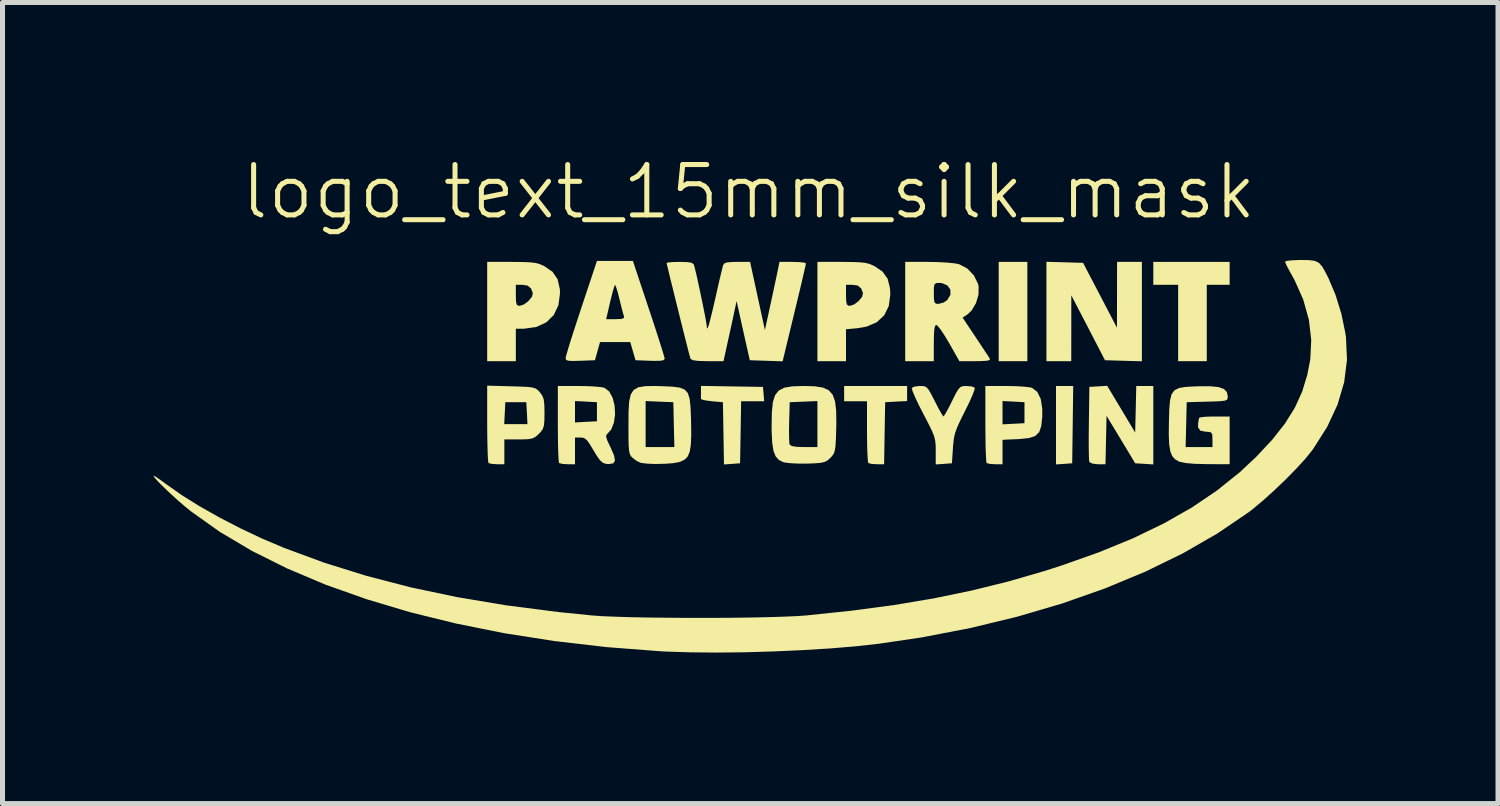
<source format=kicad_pcb>
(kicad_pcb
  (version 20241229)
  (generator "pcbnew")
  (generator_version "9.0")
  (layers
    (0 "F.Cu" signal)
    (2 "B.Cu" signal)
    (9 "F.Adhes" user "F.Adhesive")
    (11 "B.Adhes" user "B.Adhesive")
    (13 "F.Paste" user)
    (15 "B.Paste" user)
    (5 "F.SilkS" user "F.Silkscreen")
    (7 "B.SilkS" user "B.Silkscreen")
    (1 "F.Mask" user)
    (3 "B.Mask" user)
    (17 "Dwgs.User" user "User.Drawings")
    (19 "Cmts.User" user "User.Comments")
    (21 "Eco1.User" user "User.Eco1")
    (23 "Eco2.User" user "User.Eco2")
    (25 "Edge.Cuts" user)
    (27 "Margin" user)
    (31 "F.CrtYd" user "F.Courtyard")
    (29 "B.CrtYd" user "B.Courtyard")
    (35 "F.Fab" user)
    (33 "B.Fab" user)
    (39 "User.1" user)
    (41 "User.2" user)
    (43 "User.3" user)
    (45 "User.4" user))
  (footprint "logo_text_15mm_silk_mask"
    (layer "F.Cu")
    (at 11.821 5.261)
    (property "Reference" "logo_text_15mm_silk_mask" (at 0 -4.5 0) (unlocked yes) (layer "F.SilkS") (effects (font (size 1 1) (thickness 0.1))))
    (attr smd)
    (fp_poly (pts (xy -10.307 -2.031) (xy -10.265 -1.947) (xy -10.219 -1.834) (xy -10.16 -1.692) (xy -10.095 -1.563) (xy -10.05 -1.493) (xy -9.964 -1.384) (xy -10.09 -1.334) (xy -10.189 -1.284) (xy -10.258 -1.23) (xy -10.261 -1.226) (xy -10.298 -1.195) (xy -10.335 -1.218) (xy -10.371 -1.268) (xy -10.418 -1.377) (xy -10.445 -1.519) (xy -10.454 -1.674) (xy -10.445 -1.825) (xy -10.419 -1.952) (xy -10.377 -2.037) (xy -10.336 -2.062)) (stroke (width 0) (type solid)) (fill yes) (layer "F.Mask"))
    (fp_poly (pts (xy -7.267 -3.269) (xy -7.162 -3.216) (xy -7.11 -3.179) (xy -7.022 -3.096) (xy -6.93 -2.989) (xy -6.85 -2.878) (xy -6.798 -2.785) (xy -6.786 -2.743) (xy -6.815 -2.696) (xy -6.835 -2.692) (xy -6.898 -2.675) (xy -6.994 -2.635) (xy -7.024 -2.62) (xy -7.163 -2.549) (xy -7.188 -2.687) (xy -7.219 -2.796) (xy -7.274 -2.936) (xy -7.324 -3.046) (xy -7.378 -3.162) (xy -7.411 -3.249) (xy -7.416 -3.288) (xy -7.36 -3.296)) (stroke (width 0) (type solid)) (fill yes) (layer "F.Mask"))
    (fp_poly (pts (xy -9.916 -3.91) (xy -9.874 -3.826) (xy -9.859 -3.782) (xy -9.81 -3.646) (xy -9.743 -3.498) (xy -9.719 -3.451) (xy -9.666 -3.349) (xy -9.648 -3.292) (xy -9.664 -3.255) (xy -9.691 -3.233) (xy -9.761 -3.193) (xy -9.795 -3.184) (xy -9.849 -3.161) (xy -9.898 -3.124) (xy -9.951 -3.087) (xy -9.986 -3.109) (xy -10.009 -3.149) (xy -10.049 -3.262) (xy -10.071 -3.405) (xy -10.075 -3.561) (xy -10.063 -3.71) (xy -10.037 -3.835) (xy -9.997 -3.918) (xy -9.955 -3.943)) (stroke (width 0) (type solid)) (fill yes) (layer "F.Mask"))
    (fp_poly (pts (xy -8.882 -4.302) (xy -8.743 -4.232) (xy -8.633 -4.141) (xy -8.529 -4.009) (xy -8.486 -3.945) (xy -8.414 -3.826) (xy -8.384 -3.756) (xy -8.395 -3.723) (xy -8.444 -3.715) (xy -8.445 -3.715) (xy -8.524 -3.698) (xy -8.619 -3.658) (xy -8.7 -3.617) (xy -8.737 -3.605) (xy -8.759 -3.616) (xy -8.77 -3.627) (xy -8.79 -3.681) (xy -8.795 -3.737) (xy -8.812 -3.814) (xy -8.857 -3.93) (xy -8.909 -4.037) (xy -8.985 -4.189) (xy -9.019 -4.284) (xy -9.012 -4.328) (xy -8.963 -4.33)) (stroke (width 0) (type solid)) (fill yes) (layer "F.Mask"))
    (fp_poly (pts (xy -6.713 -2.511) (xy -6.585 -2.448) (xy -6.457 -2.365) (xy -6.266 -2.203) (xy -6.111 -2.01) (xy -5.995 -1.795) (xy -5.919 -1.572) (xy -5.885 -1.35) (xy -5.895 -1.142) (xy -5.951 -0.957) (xy -6.056 -0.808) (xy -6.175 -0.723) (xy -6.307 -0.666) (xy -6.417 -0.652) (xy -6.546 -0.676) (xy -6.572 -0.683) (xy -6.738 -0.772) (xy -6.868 -0.926) (xy -6.889 -0.964) (xy -6.939 -1.076) (xy -7 -1.236) (xy -7.064 -1.418) (xy -7.123 -1.598) (xy -7.167 -1.75) (xy -7.184 -1.823) (xy -7.185 -2.021) (xy -7.126 -2.22) (xy -7.014 -2.394) (xy -6.991 -2.419) (xy -6.9 -2.495) (xy -6.813 -2.526)) (stroke (width 0) (type solid)) (fill yes) (layer "F.Mask"))
    (fp_poly (pts (xy -8.157 -3.452) (xy -7.982 -3.351) (xy -7.808 -3.206) (xy -7.645 -3.021) (xy -7.498 -2.804) (xy -7.376 -2.561) (xy -7.301 -2.353) (xy -7.251 -2.085) (xy -7.261 -1.842) (xy -7.33 -1.634) (xy -7.455 -1.466) (xy -7.634 -1.347) (xy -7.647 -1.341) (xy -7.766 -1.299) (xy -7.853 -1.297) (xy -7.942 -1.333) (xy -7.942 -1.333) (xy -8.102 -1.453) (xy -8.256 -1.628) (xy -8.385 -1.835) (xy -8.385 -1.836) (xy -8.472 -2.035) (xy -8.547 -2.26) (xy -8.607 -2.497) (xy -8.651 -2.734) (xy -8.678 -2.957) (xy -8.684 -3.152) (xy -8.668 -3.306) (xy -8.628 -3.406) (xy -8.615 -3.421) (xy -8.481 -3.493) (xy -8.326 -3.501)) (stroke (width 0) (type solid)) (fill yes) (layer "F.Mask"))
    (fp_poly (pts (xy -9.457 -3.007) (xy -9.329 -2.916) (xy -9.179 -2.762) (xy -9.062 -2.622) (xy -8.951 -2.468) (xy -8.833 -2.28) (xy -8.733 -2.097) (xy -8.721 -2.073) (xy -8.589 -1.763) (xy -8.514 -1.502) (xy -8.497 -1.285) (xy -8.536 -1.112) (xy -8.634 -0.979) (xy -8.785 -0.886) (xy -8.959 -0.839) (xy -9.13 -0.855) (xy -9.278 -0.913) (xy -9.451 -1.028) (xy -9.605 -1.193) (xy -9.748 -1.42) (xy -9.811 -1.547) (xy -9.877 -1.694) (xy -9.919 -1.818) (xy -9.944 -1.95) (xy -9.958 -2.117) (xy -9.962 -2.197) (xy -9.967 -2.438) (xy -9.95 -2.62) (xy -9.91 -2.76) (xy -9.842 -2.872) (xy -9.782 -2.937) (xy -9.677 -3.014) (xy -9.571 -3.039)) (stroke (width 0) (type solid)) (fill yes) (layer "F.Mask"))
    (fp_poly (pts (xy -9.848 -1.165) (xy -9.742 -1.131) (xy -9.621 -1.061) (xy -9.53 -0.995) (xy -9.453 -0.924) (xy -9.382 -0.835) (xy -9.307 -0.714) (xy -9.217 -0.547) (xy -9.14 -0.395) (xy -9.036 -0.169) (xy -8.978 0.01) (xy -8.962 0.157) (xy -8.986 0.283) (xy -9.011 0.34) (xy -9.132 0.501) (xy -9.291 0.601) (xy -9.473 0.637) (xy -9.665 0.605) (xy -9.748 0.568) (xy -9.921 0.442) (xy -10.078 0.251) (xy -10.188 0.061) (xy -10.241 -0.059) (xy -10.275 -0.182) (xy -10.294 -0.336) (xy -10.302 -0.474) (xy -10.307 -0.647) (xy -10.302 -0.769) (xy -10.282 -0.862) (xy -10.246 -0.952) (xy -10.229 -0.986) (xy -10.171 -1.088) (xy -10.117 -1.14) (xy -10.039 -1.162) (xy -9.97 -1.167)) (stroke (width 0) (type solid)) (fill yes) (layer "F.Mask"))
    (fp_poly (pts (xy -7.767 -0.887) (xy -7.553 -0.8) (xy -7.514 -0.781) (xy -7.371 -0.719) (xy -7.181 -0.649) (xy -6.971 -0.581) (xy -6.805 -0.534) (xy -6.515 -0.45) (xy -6.288 -0.361) (xy -6.112 -0.262) (xy -5.971 -0.145) (xy -5.903 -0.068) (xy -5.804 0.108) (xy -5.771 0.298) (xy -5.8 0.484) (xy -5.889 0.65) (xy -6.034 0.782) (xy -6.079 0.808) (xy -6.214 0.856) (xy -6.406 0.895) (xy -6.569 0.915) (xy -6.901 0.959) (xy -7.179 1.032) (xy -7.424 1.14) (xy -7.655 1.293) (xy -7.858 1.466) (xy -8.015 1.594) (xy -8.181 1.696) (xy -8.335 1.762) (xy -8.437 1.781) (xy -8.515 1.765) (xy -8.626 1.722) (xy -8.681 1.696) (xy -8.827 1.608) (xy -8.922 1.51) (xy -8.977 1.384) (xy -9.001 1.212) (xy -9.004 1.085) (xy -9.004 0.773) (xy -8.765 0.358) (xy -8.657 0.161) (xy -8.552 -0.051) (xy -8.463 -0.25) (xy -8.412 -0.379) (xy -8.313 -0.618) (xy -8.208 -0.785) (xy -8.087 -0.883) (xy -7.942 -0.915)) (stroke (width 0) (type solid)) (fill yes) (layer "F.Mask"))
    (fp_poly (pts (xy 5.535 -2.123) (xy 5.535 -1.137) (xy 5.251 -1.137) (xy 4.966 -1.137) (xy 4.966 -2.123) (xy 4.966 -3.109) (xy 5.251 -3.109) (xy 5.535 -3.109)) (stroke (width 0) (type solid)) (fill yes) (layer "F.SilkS"))
    (fp_poly (pts (xy 6.436 0.123) (xy 6.426 0.891) (xy 6.265 0.903) (xy 6.104 0.914) (xy 6.104 0.135) (xy 6.104 -0.644) (xy 6.275 -0.644) (xy 6.446 -0.644)) (stroke (width 0) (type solid)) (fill yes) (layer "F.SilkS"))
    (fp_poly (pts (xy 9.553 -2.881) (xy 9.553 -2.654) (xy 9.326 -2.654) (xy 9.099 -2.654) (xy 9.099 -1.896) (xy 9.099 -1.137) (xy 8.814 -1.137) (xy 8.53 -1.137) (xy 8.53 -1.896) (xy 8.53 -2.654) (xy 8.283 -2.654) (xy 8.037 -2.654) (xy 8.037 -2.881) (xy 8.037 -3.109) (xy 8.795 -3.109) (xy 9.553 -3.109)) (stroke (width 0) (type solid)) (fill yes) (layer "F.SilkS"))
    (fp_poly (pts (xy -0.332 -0.636) (xy 0.284 -0.626) (xy 0.296 -0.483) (xy 0.308 -0.341) (xy 0.079 -0.341) (xy -0.15 -0.341) (xy -0.16 0.275) (xy -0.171 0.891) (xy -0.331 0.903) (xy -0.491 0.914) (xy -0.501 0.296) (xy -0.512 -0.322) (xy -0.73 -0.341) (xy -0.848 -0.356) (xy -0.927 -0.374) (xy -0.948 -0.389) (xy -0.948 -0.444) (xy -0.948 -0.532) (xy -0.948 -0.646)) (stroke (width 0) (type solid)) (fill yes) (layer "F.SilkS"))
    (fp_poly (pts (xy 6.278 -3.101) (xy 6.642 -3.09) (xy 6.979 -2.445) (xy 7.315 -1.801) (xy 7.316 -2.455) (xy 7.317 -3.109) (xy 7.563 -3.109) (xy 7.81 -3.109) (xy 7.81 -2.122) (xy 7.81 -1.135) (xy 7.443 -1.145) (xy 7.077 -1.156) (xy 6.743 -1.801) (xy 6.408 -2.445) (xy 6.408 -1.791) (xy 6.407 -1.137) (xy 6.16 -1.137) (xy 5.914 -1.137) (xy 5.914 -2.124) (xy 5.914 -3.111)) (stroke (width 0) (type solid)) (fill yes) (layer "F.SilkS"))
    (fp_poly (pts (xy 3.147 -0.495) (xy 3.147 -0.345) (xy 2.929 -0.334) (xy 2.711 -0.322) (xy 2.7 0.294) (xy 2.69 0.91) (xy 2.545 0.91) (xy 2.446 0.904) (xy 2.382 0.889) (xy 2.376 0.885) (xy 2.367 0.84) (xy 2.36 0.733) (xy 2.354 0.577) (xy 2.351 0.386) (xy 2.35 0.259) (xy 2.35 -0.341) (xy 2.123 -0.341) (xy 1.896 -0.341) (xy 1.896 -0.493) (xy 1.896 -0.644) (xy 2.521 -0.644) (xy 3.147 -0.644)) (stroke (width 0) (type solid)) (fill yes) (layer "F.SilkS"))
    (fp_poly (pts (xy 7.399 -0.184) (xy 7.677 0.281) (xy 7.688 -0.182) (xy 7.698 -0.644) (xy 7.868 -0.644) (xy 8.037 -0.644) (xy 8.037 0.135) (xy 8.037 0.914) (xy 7.857 0.902) (xy 7.677 0.891) (xy 7.393 0.42) (xy 7.108 -0.051) (xy 7.098 0.429) (xy 7.087 0.91) (xy 6.935 0.91) (xy 6.829 0.898) (xy 6.769 0.869) (xy 6.765 0.861) (xy 6.76 0.81) (xy 6.756 0.695) (xy 6.754 0.53) (xy 6.754 0.327) (xy 6.757 0.099) (xy 6.757 0.094) (xy 6.767 -0.626) (xy 6.944 -0.637) (xy 7.121 -0.648)) (stroke (width 0) (type solid)) (fill yes) (layer "F.SilkS"))
    (fp_poly (pts (xy 5.296 -0.641) (xy 5.456 -0.632) (xy 5.577 -0.619) (xy 5.629 -0.607) (xy 5.732 -0.528) (xy 5.801 -0.387) (xy 5.832 -0.189) (xy 5.831 -0.03) (xy 5.812 0.149) (xy 5.771 0.271) (xy 5.694 0.347) (xy 5.569 0.39) (xy 5.384 0.409) (xy 5.345 0.411) (xy 5.042 0.425) (xy 5.042 0.667) (xy 5.042 0.91) (xy 4.897 0.91) (xy 4.797 0.904) (xy 4.732 0.889) (xy 4.726 0.885) (xy 4.718 0.841) (xy 4.712 0.733) (xy 4.706 0.573) (xy 4.703 0.373) (xy 4.701 0.145) (xy 4.701 0.107) (xy 4.701 -0.114) (xy 5.042 -0.114) (xy 5.042 0.118) (xy 5.26 0.106) (xy 5.478 0.095) (xy 5.478 -0.114) (xy 5.478 -0.322) (xy 5.26 -0.334) (xy 5.042 -0.345) (xy 5.042 -0.114) (xy 4.701 -0.114) (xy 4.701 -0.644) (xy 5.115 -0.644)) (stroke (width 0) (type solid)) (fill yes) (layer "F.SilkS"))
    (fp_poly (pts (xy 2.058 -3.107) (xy 2.208 -3.101) (xy 2.317 -3.089) (xy 2.402 -3.067) (xy 2.48 -3.034) (xy 2.503 -3.023) (xy 2.66 -2.915) (xy 2.76 -2.774) (xy 2.807 -2.587) (xy 2.813 -2.465) (xy 2.783 -2.233) (xy 2.692 -2.048) (xy 2.544 -1.91) (xy 2.34 -1.823) (xy 2.16 -1.792) (xy 1.933 -1.771) (xy 1.933 -1.454) (xy 1.933 -1.137) (xy 1.649 -1.137) (xy 1.365 -1.137) (xy 1.365 -2.123) (xy 1.365 -2.445) (xy 1.933 -2.445) (xy 1.937 -2.325) (xy 1.951 -2.262) (xy 1.982 -2.239) (xy 2.011 -2.237) (xy 2.09 -2.262) (xy 2.176 -2.325) (xy 2.182 -2.33) (xy 2.254 -2.417) (xy 2.27 -2.49) (xy 2.236 -2.58) (xy 2.235 -2.58) (xy 2.169 -2.638) (xy 2.065 -2.654) (xy 1.933 -2.654) (xy 1.933 -2.445) (xy 1.365 -2.445) (xy 1.365 -3.109) (xy 1.85 -3.109)) (stroke (width 0) (type solid)) (fill yes) (layer "F.SilkS"))
    (fp_poly (pts (xy -4.5 -3.107) (xy -4.35 -3.101) (xy -4.242 -3.089) (xy -4.157 -3.067) (xy -4.078 -3.034) (xy -4.056 -3.023) (xy -3.895 -2.911) (xy -3.795 -2.763) (xy -3.751 -2.57) (xy -3.748 -2.486) (xy -3.779 -2.249) (xy -3.871 -2.055) (xy -4.019 -1.909) (xy -4.216 -1.817) (xy -4.46 -1.782) (xy -4.479 -1.782) (xy -4.625 -1.782) (xy -4.625 -1.46) (xy -4.625 -1.137) (xy -4.909 -1.137) (xy -5.194 -1.137) (xy -5.194 -2.123) (xy -5.194 -2.445) (xy -4.625 -2.445) (xy -4.622 -2.325) (xy -4.608 -2.262) (xy -4.576 -2.239) (xy -4.548 -2.237) (xy -4.468 -2.262) (xy -4.382 -2.325) (xy -4.377 -2.33) (xy -4.304 -2.417) (xy -4.288 -2.49) (xy -4.323 -2.58) (xy -4.323 -2.58) (xy -4.39 -2.638) (xy -4.494 -2.654) (xy -4.625 -2.654) (xy -4.625 -2.445) (xy -5.194 -2.445) (xy -5.194 -3.109) (xy -4.709 -3.109)) (stroke (width 0) (type solid)) (fill yes) (layer "F.SilkS"))
    (fp_poly (pts (xy -4.716 -0.638) (xy -4.519 -0.632) (xy -4.382 -0.625) (xy -4.291 -0.613) (xy -4.232 -0.594) (xy -4.19 -0.564) (xy -4.149 -0.521) (xy -4.148 -0.519) (xy -4.101 -0.455) (xy -4.073 -0.385) (xy -4.06 -0.285) (xy -4.056 -0.135) (xy -4.056 -0.109) (xy -4.058 0.046) (xy -4.068 0.146) (xy -4.091 0.214) (xy -4.134 0.272) (xy -4.167 0.306) (xy -4.23 0.363) (xy -4.292 0.396) (xy -4.377 0.412) (xy -4.506 0.417) (xy -4.565 0.417) (xy -4.853 0.417) (xy -4.853 0.663) (xy -4.853 0.91) (xy -4.998 0.91) (xy -5.098 0.904) (xy -5.162 0.889) (xy -5.168 0.885) (xy -5.176 0.841) (xy -5.183 0.733) (xy -5.188 0.573) (xy -5.192 0.373) (xy -5.194 0.144) (xy -5.194 0.114) (xy -4.856 0.114) (xy -4.625 0.114) (xy -4.394 0.114) (xy -4.405 -0.104) (xy -4.417 -0.322) (xy -4.625 -0.322) (xy -4.834 -0.322) (xy -4.845 -0.104) (xy -4.856 0.114) (xy -5.194 0.114) (xy -5.194 0.104) (xy -5.194 -0.651)) (stroke (width 0) (type solid)) (fill yes) (layer "F.SilkS"))
    (fp_poly (pts (xy -1.69 -0.639) (xy -1.503 -0.63) (xy -1.366 -0.611) (xy -1.27 -0.572) (xy -1.209 -0.503) (xy -1.173 -0.392) (xy -1.155 -0.23) (xy -1.146 -0.006) (xy -1.144 0.073) (xy -1.141 0.33) (xy -1.149 0.522) (xy -1.171 0.66) (xy -1.21 0.755) (xy -1.27 0.817) (xy -1.354 0.858) (xy -1.393 0.87) (xy -1.51 0.89) (xy -1.673 0.901) (xy -1.851 0.905) (xy -2.016 0.899) (xy -2.137 0.884) (xy -2.142 0.883) (xy -2.225 0.844) (xy -2.303 0.786) (xy -2.336 0.752) (xy -2.359 0.712) (xy -2.374 0.652) (xy -2.383 0.561) (xy -2.387 0.425) (xy -2.388 0.231) (xy -2.388 0.126) (xy -2.388 0.112) (xy -2.047 0.112) (xy -2.047 0.569) (xy -1.762 0.569) (xy -1.476 0.569) (xy -1.487 0.123) (xy -1.497 -0.322) (xy -1.772 -0.333) (xy -2.047 -0.345) (xy -2.047 0.112) (xy -2.388 0.112) (xy -2.386 -0.137) (xy -2.374 -0.334) (xy -2.343 -0.474) (xy -2.285 -0.565) (xy -2.192 -0.618) (xy -2.055 -0.641) (xy -1.865 -0.644)) (stroke (width 0) (type solid)) (fill yes) (layer "F.SilkS"))
    (fp_poly (pts (xy -1.984 -2.18) (xy -1.899 -1.925) (xy -1.823 -1.692) (xy -1.759 -1.491) (xy -1.709 -1.332) (xy -1.678 -1.226) (xy -1.668 -1.184) (xy -1.688 -1.158) (xy -1.755 -1.145) (xy -1.881 -1.143) (xy -1.958 -1.145) (xy -2.248 -1.156) (xy -2.3 -1.336) (xy -2.353 -1.516) (xy -2.653 -1.516) (xy -2.953 -1.516) (xy -3.003 -1.336) (xy -3.054 -1.156) (xy -3.347 -1.145) (xy -3.495 -1.141) (xy -3.582 -1.146) (xy -3.624 -1.161) (xy -3.636 -1.191) (xy -3.636 -1.202) (xy -3.623 -1.255) (xy -3.59 -1.37) (xy -3.539 -1.536) (xy -3.473 -1.742) (xy -3.398 -1.971) (xy -2.831 -1.971) (xy -2.644 -1.971) (xy -2.53 -1.976) (xy -2.479 -1.994) (xy -2.476 -2.024) (xy -2.494 -2.084) (xy -2.524 -2.196) (xy -2.559 -2.338) (xy -2.566 -2.365) (xy -2.6 -2.5) (xy -2.631 -2.602) (xy -2.651 -2.651) (xy -2.654 -2.653) (xy -2.67 -2.619) (xy -2.698 -2.527) (xy -2.732 -2.394) (xy -2.752 -2.312) (xy -2.831 -1.971) (xy -3.398 -1.971) (xy -3.396 -1.979) (xy -3.323 -2.199) (xy -3.014 -3.128) (xy -2.657 -3.128) (xy -2.3 -3.128)) (stroke (width 0) (type solid)) (fill yes) (layer "F.SilkS"))
    (fp_poly (pts (xy 1.312 -0.638) (xy 1.473 -0.613) (xy 1.59 -0.56) (xy 1.669 -0.47) (xy 1.716 -0.336) (xy 1.738 -0.148) (xy 1.741 0.103) (xy 1.738 0.235) (xy 1.732 0.426) (xy 1.723 0.558) (xy 1.709 0.645) (xy 1.687 0.705) (xy 1.652 0.752) (xy 1.622 0.784) (xy 1.567 0.833) (xy 1.509 0.864) (xy 1.429 0.883) (xy 1.308 0.892) (xy 1.167 0.897) (xy 0.995 0.898) (xy 0.837 0.89) (xy 0.719 0.876) (xy 0.689 0.869) (xy 0.6 0.826) (xy 0.536 0.755) (xy 0.492 0.643) (xy 0.467 0.482) (xy 0.456 0.26) (xy 0.456 0.243) (xy 0.801 0.243) (xy 0.803 0.386) (xy 0.807 0.486) (xy 0.812 0.519) (xy 0.856 0.549) (xy 0.962 0.565) (xy 1.098 0.569) (xy 1.365 0.569) (xy 1.365 0.112) (xy 1.365 -0.345) (xy 1.09 -0.333) (xy 0.815 -0.322) (xy 0.804 0.073) (xy 0.801 0.243) (xy 0.456 0.243) (xy 0.455 0.14) (xy 0.46 -0.124) (xy 0.48 -0.321) (xy 0.524 -0.462) (xy 0.598 -0.555) (xy 0.71 -0.611) (xy 0.868 -0.637) (xy 1.08 -0.644) (xy 1.099 -0.644)) (stroke (width 0) (type solid)) (fill yes) (layer "F.SilkS"))
    (fp_poly (pts (xy 4.425 -0.636) (xy 4.486 -0.614) (xy 4.491 -0.608) (xy 4.483 -0.563) (xy 4.446 -0.464) (xy 4.385 -0.326) (xy 4.305 -0.164) (xy 4.295 -0.144) (xy 4.202 0.043) (xy 4.139 0.183) (xy 4.098 0.297) (xy 4.075 0.406) (xy 4.061 0.53) (xy 4.057 0.588) (xy 4.037 0.891) (xy 3.876 0.903) (xy 3.715 0.914) (xy 3.715 0.645) (xy 3.714 0.534) (xy 3.705 0.443) (xy 3.683 0.355) (xy 3.643 0.253) (xy 3.579 0.121) (xy 3.486 -0.058) (xy 3.466 -0.096) (xy 3.378 -0.268) (xy 3.307 -0.418) (xy 3.259 -0.532) (xy 3.24 -0.597) (xy 3.241 -0.606) (xy 3.291 -0.631) (xy 3.385 -0.644) (xy 3.405 -0.644) (xy 3.474 -0.642) (xy 3.524 -0.624) (xy 3.568 -0.579) (xy 3.62 -0.493) (xy 3.692 -0.352) (xy 3.697 -0.342) (xy 3.766 -0.208) (xy 3.824 -0.104) (xy 3.861 -0.046) (xy 3.869 -0.039) (xy 3.893 -0.07) (xy 3.942 -0.155) (xy 4.006 -0.277) (xy 4.037 -0.341) (xy 4.109 -0.486) (xy 4.161 -0.575) (xy 4.205 -0.622) (xy 4.254 -0.641) (xy 4.321 -0.644) (xy 4.327 -0.644)) (stroke (width 0) (type solid)) (fill yes) (layer "F.SilkS"))
    (fp_poly (pts (xy 9.329 -0.623) (xy 9.438 -0.585) (xy 9.497 -0.525) (xy 9.516 -0.438) (xy 9.516 -0.436) (xy 9.513 -0.395) (xy 9.496 -0.368) (xy 9.452 -0.352) (xy 9.368 -0.342) (xy 9.229 -0.336) (xy 9.108 -0.333) (xy 8.7 -0.322) (xy 8.69 0.123) (xy 8.679 0.569) (xy 8.946 0.569) (xy 9.212 0.569) (xy 9.212 0.417) (xy 9.208 0.32) (xy 9.183 0.277) (xy 9.12 0.266) (xy 9.084 0.265) (xy 8.974 0.245) (xy 8.926 0.181) (xy 8.928 0.089) (xy 8.941 0.016) (xy 8.944 -0.009) (xy 8.98 -0.023) (xy 9.074 -0.033) (xy 9.208 -0.038) (xy 9.25 -0.038) (xy 9.553 -0.038) (xy 9.553 0.436) (xy 9.553 0.91) (xy 9.108 0.908) (xy 8.864 0.902) (xy 8.678 0.886) (xy 8.559 0.861) (xy 8.546 0.856) (xy 8.468 0.811) (xy 8.411 0.746) (xy 8.374 0.651) (xy 8.352 0.514) (xy 8.344 0.325) (xy 8.347 0.071) (xy 8.347 0.062) (xy 8.354 -0.181) (xy 8.369 -0.358) (xy 8.4 -0.48) (xy 8.457 -0.559) (xy 8.547 -0.604) (xy 8.68 -0.626) (xy 8.864 -0.636) (xy 8.93 -0.638) (xy 9.163 -0.639)) (stroke (width 0) (type solid)) (fill yes) (layer "F.SilkS"))
    (fp_poly (pts (xy -3.196 -0.641) (xy -3.035 -0.632) (xy -2.915 -0.619) (xy -2.863 -0.607) (xy -2.769 -0.534) (xy -2.702 -0.409) (xy -2.663 -0.252) (xy -2.654 -0.082) (xy -2.676 0.081) (xy -2.729 0.218) (xy -2.796 0.294) (xy -2.826 0.325) (xy -2.831 0.367) (xy -2.809 0.437) (xy -2.755 0.553) (xy -2.739 0.585) (xy -2.673 0.738) (xy -2.656 0.838) (xy -2.689 0.892) (xy -2.774 0.907) (xy -2.83 0.903) (xy -2.893 0.884) (xy -2.953 0.832) (xy -3.022 0.735) (xy -3.082 0.635) (xy -3.161 0.504) (xy -3.219 0.426) (xy -3.271 0.389) (xy -3.331 0.379) (xy -3.339 0.379) (xy -3.45 0.379) (xy -3.45 0.644) (xy -3.45 0.91) (xy -3.595 0.91) (xy -3.695 0.904) (xy -3.759 0.889) (xy -3.766 0.885) (xy -3.774 0.841) (xy -3.78 0.733) (xy -3.786 0.573) (xy -3.789 0.373) (xy -3.791 0.145) (xy -3.791 0.107) (xy -3.791 -0.133) (xy -3.45 -0.133) (xy -3.45 0.08) (xy -3.232 0.068) (xy -3.014 0.057) (xy -3.014 -0.133) (xy -3.014 -0.322) (xy -3.232 -0.334) (xy -3.45 -0.345) (xy -3.45 -0.133) (xy -3.791 -0.133) (xy -3.791 -0.644) (xy -3.376 -0.644)) (stroke (width 0) (type solid)) (fill yes) (layer "F.SilkS"))
    (fp_poly (pts (xy 3.764 -3.105) (xy 3.946 -3.095) (xy 4.092 -3.08) (xy 4.177 -3.064) (xy 4.341 -2.979) (xy 4.474 -2.84) (xy 4.556 -2.671) (xy 4.567 -2.621) (xy 4.565 -2.46) (xy 4.516 -2.293) (xy 4.431 -2.147) (xy 4.346 -2.066) (xy 4.249 -2.002) (xy 4.506 -1.617) (xy 4.608 -1.464) (xy 4.695 -1.332) (xy 4.76 -1.234) (xy 4.791 -1.185) (xy 4.791 -1.185) (xy 4.788 -1.161) (xy 4.736 -1.146) (xy 4.626 -1.139) (xy 4.502 -1.137) (xy 4.185 -1.137) (xy 3.981 -1.497) (xy 3.893 -1.644) (xy 3.815 -1.761) (xy 3.755 -1.837) (xy 3.727 -1.858) (xy 3.702 -1.837) (xy 3.687 -1.77) (xy 3.679 -1.644) (xy 3.677 -1.497) (xy 3.677 -1.137) (xy 3.393 -1.137) (xy 3.109 -1.137) (xy 3.109 -2.123) (xy 3.109 -2.483) (xy 3.677 -2.483) (xy 3.68 -2.364) (xy 3.693 -2.302) (xy 3.725 -2.278) (xy 3.772 -2.275) (xy 3.87 -2.301) (xy 3.943 -2.35) (xy 4.007 -2.456) (xy 4.006 -2.559) (xy 3.946 -2.642) (xy 3.837 -2.688) (xy 3.788 -2.692) (xy 3.725 -2.688) (xy 3.692 -2.664) (xy 3.679 -2.602) (xy 3.677 -2.483) (xy 3.109 -2.483) (xy 3.109 -3.109) (xy 3.569 -3.109)) (stroke (width 0) (type solid)) (fill yes) (layer "F.SilkS"))
    (fp_poly (pts (xy 0.175 -2.432) (xy 0.322 -1.755) (xy 0.422 -2.214) (xy 0.466 -2.416) (xy 0.508 -2.614) (xy 0.545 -2.785) (xy 0.567 -2.891) (xy 0.612 -3.109) (xy 0.875 -3.109) (xy 1.005 -3.105) (xy 1.099 -3.095) (xy 1.138 -3.081) (xy 1.138 -3.08) (xy 1.129 -3.037) (xy 1.105 -2.93) (xy 1.068 -2.77) (xy 1.02 -2.566) (xy 0.963 -2.329) (xy 0.906 -2.093) (xy 0.674 -1.134) (xy 0.348 -1.145) (xy 0.022 -1.156) (xy -0.042 -1.441) (xy -0.084 -1.628) (xy -0.132 -1.842) (xy -0.173 -2.028) (xy -0.24 -2.331) (xy -0.309 -2.009) (xy -0.351 -1.815) (xy -0.397 -1.606) (xy -0.437 -1.425) (xy -0.44 -1.412) (xy -0.5 -1.137) (xy -0.82 -1.137) (xy -1 -1.142) (xy -1.11 -1.157) (xy -1.155 -1.182) (xy -1.156 -1.185) (xy -1.17 -1.234) (xy -1.199 -1.344) (xy -1.239 -1.502) (xy -1.288 -1.695) (xy -1.342 -1.912) (xy -1.399 -2.141) (xy -1.456 -2.37) (xy -1.509 -2.586) (xy -1.557 -2.778) (xy -1.594 -2.934) (xy -1.62 -3.041) (xy -1.63 -3.088) (xy -1.63 -3.089) (xy -1.595 -3.098) (xy -1.504 -3.106) (xy -1.376 -3.109) (xy -1.367 -3.109) (xy -1.224 -3.105) (xy -1.14 -3.093) (xy -1.097 -3.068) (xy -1.085 -3.042) (xy -1.063 -2.958) (xy -1.031 -2.823) (xy -0.994 -2.653) (xy -0.954 -2.467) (xy -0.915 -2.278) (xy -0.88 -2.105) (xy -0.853 -1.963) (xy -0.837 -1.869) (xy -0.834 -1.842) (xy -0.83 -1.789) (xy -0.816 -1.794) (xy -0.791 -1.86) (xy -0.756 -1.993) (xy -0.707 -2.193) (xy -0.661 -2.393) (xy -0.615 -2.598) (xy -0.573 -2.78) (xy -0.538 -2.925) (xy -0.515 -3.018) (xy -0.509 -3.042) (xy -0.484 -3.079) (xy -0.428 -3.099) (xy -0.323 -3.108) (xy -0.23 -3.109) (xy 0.028 -3.109)) (stroke (width 0) (type solid)) (fill yes) (layer "F.SilkS"))
    (fp_poly (pts (xy 11.133 -3.144) (xy 11.247 -3.129) (xy 11.328 -3.089) (xy 11.395 -3.012) (xy 11.466 -2.885) (xy 11.516 -2.786) (xy 11.657 -2.452) (xy 11.773 -2.076) (xy 11.852 -1.692) (xy 11.864 -1.607) (xy 11.884 -1.164) (xy 11.828 -0.719) (xy 11.697 -0.275) (xy 11.491 0.167) (xy 11.213 0.605) (xy 11.183 0.645) (xy 11.049 0.81) (xy 10.87 1.005) (xy 10.662 1.217) (xy 10.439 1.43) (xy 10.218 1.629) (xy 10.014 1.799) (xy 9.933 1.862) (xy 9.312 2.284) (xy 8.626 2.679) (xy 7.88 3.043) (xy 7.079 3.376) (xy 6.229 3.675) (xy 5.336 3.938) (xy 4.405 4.163) (xy 3.441 4.349) (xy 2.597 4.474) (xy 2.141 4.525) (xy 1.629 4.568) (xy 1.077 4.602) (xy 0.503 4.628) (xy -0.073 4.645) (xy -0.635 4.651) (xy -1.164 4.646) (xy -1.642 4.631) (xy -1.763 4.624) (xy -2.827 4.542) (xy -3.859 4.422) (xy -4.856 4.266) (xy -5.813 4.074) (xy -6.727 3.849) (xy -7.593 3.59) (xy -8.408 3.301) (xy -9.168 2.98) (xy -9.868 2.631) (xy -10.505 2.253) (xy -11.075 1.848) (xy -11.089 1.837) (xy -11.215 1.734) (xy -11.351 1.616) (xy -11.487 1.492) (xy -11.612 1.373) (xy -11.717 1.269) (xy -11.79 1.189) (xy -11.821 1.144) (xy -11.818 1.137) (xy -11.777 1.159) (xy -11.693 1.216) (xy -11.582 1.297) (xy -11.554 1.317) (xy -11.257 1.526) (xy -10.903 1.747) (xy -10.507 1.97) (xy -10.087 2.187) (xy -9.657 2.39) (xy -9.234 2.569) (xy -9.227 2.572) (xy -8.424 2.868) (xy -7.589 3.128) (xy -6.714 3.355) (xy -5.794 3.549) (xy -4.82 3.712) (xy -3.786 3.845) (xy -3.128 3.912) (xy -2.927 3.927) (xy -2.662 3.938) (xy -2.345 3.948) (xy -1.986 3.955) (xy -1.599 3.959) (xy -1.194 3.962) (xy -0.783 3.962) (xy -0.378 3.96) (xy 0.01 3.955) (xy 0.368 3.948) (xy 0.686 3.938) (xy 0.952 3.927) (xy 1.154 3.913) (xy 1.156 3.912) (xy 2.053 3.818) (xy 2.887 3.707) (xy 3.673 3.575) (xy 4.423 3.42) (xy 5.149 3.241) (xy 5.864 3.034) (xy 6.217 2.921) (xy 6.961 2.657) (xy 7.636 2.38) (xy 8.247 2.085) (xy 8.8 1.771) (xy 9.3 1.433) (xy 9.754 1.069) (xy 10.084 0.76) (xy 10.4 0.422) (xy 10.652 0.102) (xy 10.848 -0.212) (xy 10.994 -0.533) (xy 11.097 -0.872) (xy 11.155 -1.176) (xy 11.174 -1.56) (xy 11.127 -1.959) (xy 11.015 -2.36) (xy 10.842 -2.749) (xy 10.802 -2.82) (xy 10.732 -2.947) (xy 10.679 -3.049) (xy 10.654 -3.108) (xy 10.653 -3.114) (xy 10.688 -3.129) (xy 10.781 -3.14) (xy 10.915 -3.146) (xy 10.969 -3.147)) (stroke (width 0) (type solid)) (fill yes) (layer "F.SilkS")))
  (gr_rect
    (start -3 -3)
    (end 26.705 12.911)
    (stroke (width 0.1) (type default))
    (fill no)
    (layer "Edge.Cuts")))
</source>
